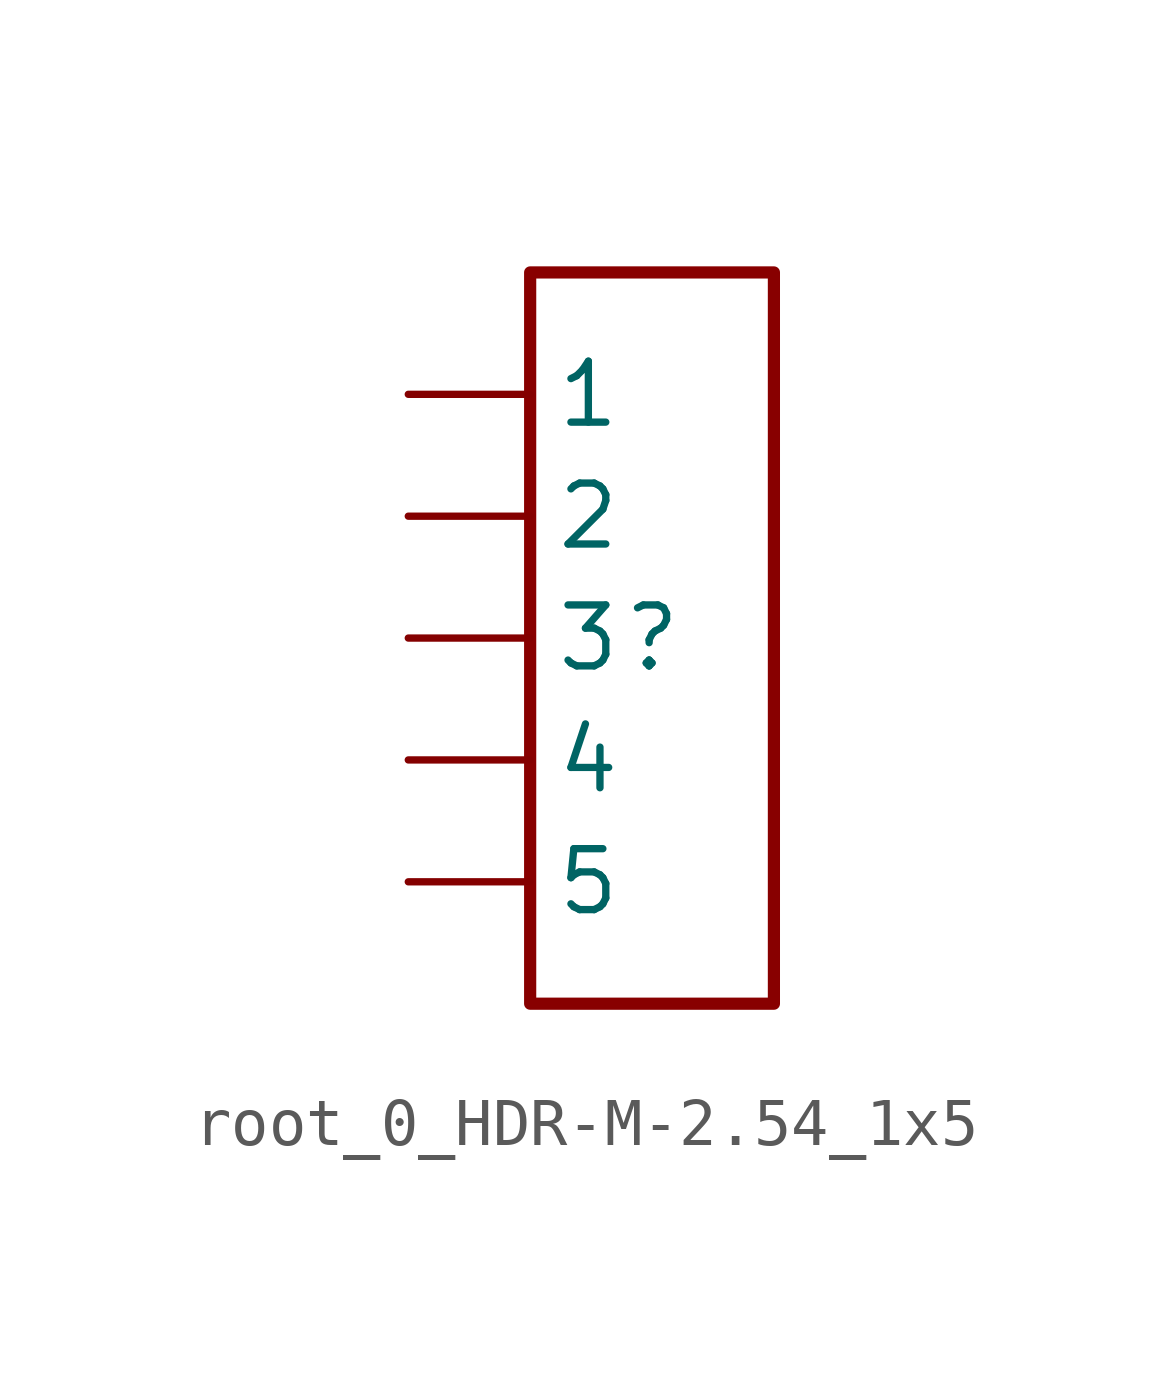
<source format=kicad_sym>
(kicad_symbol_lib
  (version 20231120)
  (generator "kicad_symbol_editor")
  (generator_version "8.0")
  (symbol "root_0_HDR-M-2.54_1x5"
    (property "Reference" ""
      (at 0 0 0)
      (effects (font (size 1.27 1.27))))
    (property "Value" ""
      (at 0 0 0)
      (effects (font (size 1.27 1.27))))
    (symbol "root_0_HDR-M-2.54_1x5_1_0"
      (rectangle (start -2.54 7.62) (end 2.54 -7.62) (stroke (width 0.254) (type solid) (color 136 0 0 1)) (fill (type none)))
      (pin passive line (at -5.08 5.08 0) (length 2.54) (name "1" (effects (font (size 1.27 1.27)))) (number "1" (effects (font (size 0 0)))))
      (pin passive line (at -5.08 2.54 0) (length 2.54) (name "2" (effects (font (size 1.27 1.27)))) (number "2" (effects (font (size 0 0)))))
      (pin passive line (at -5.08 0 0) (length 2.54) (name "3" (effects (font (size 1.27 1.27)))) (number "3" (effects (font (size 0 0)))))
      (pin passive line (at -5.08 -2.54 0) (length 2.54) (name "4" (effects (font (size 1.27 1.27)))) (number "4" (effects (font (size 0 0)))))
      (pin passive line (at -5.08 -5.08 0) (length 2.54) (name "5" (effects (font (size 1.27 1.27)))) (number "5" (effects (font (size 0 0))))))))
</source>
